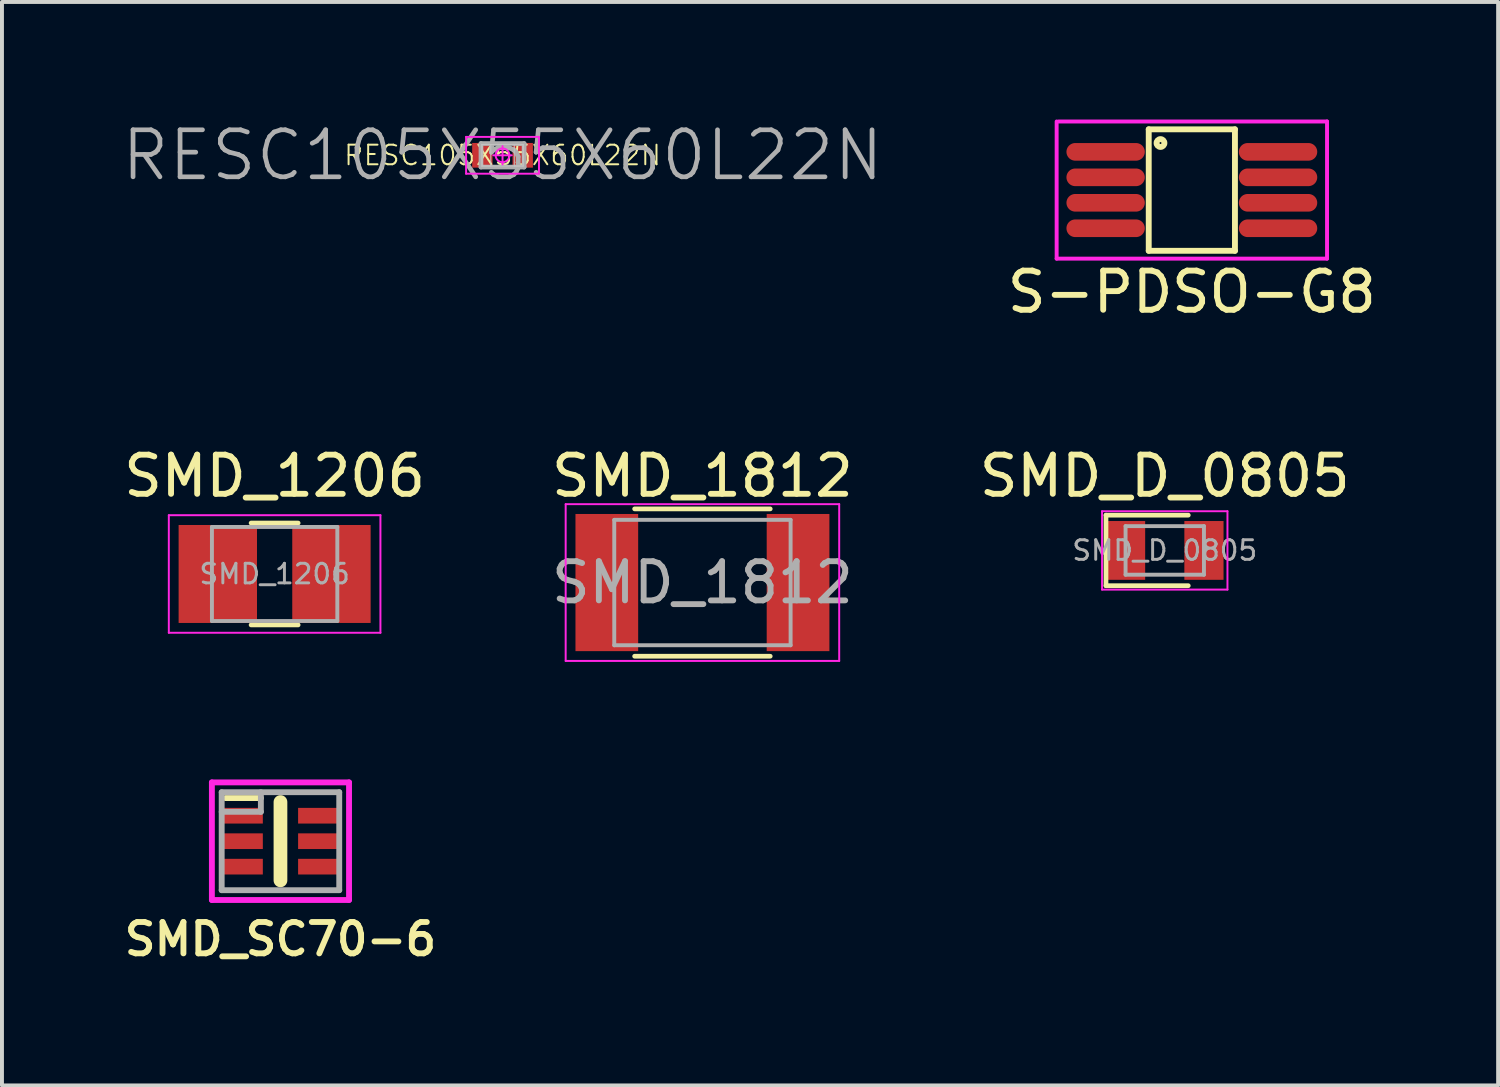
<source format=kicad_pcb>
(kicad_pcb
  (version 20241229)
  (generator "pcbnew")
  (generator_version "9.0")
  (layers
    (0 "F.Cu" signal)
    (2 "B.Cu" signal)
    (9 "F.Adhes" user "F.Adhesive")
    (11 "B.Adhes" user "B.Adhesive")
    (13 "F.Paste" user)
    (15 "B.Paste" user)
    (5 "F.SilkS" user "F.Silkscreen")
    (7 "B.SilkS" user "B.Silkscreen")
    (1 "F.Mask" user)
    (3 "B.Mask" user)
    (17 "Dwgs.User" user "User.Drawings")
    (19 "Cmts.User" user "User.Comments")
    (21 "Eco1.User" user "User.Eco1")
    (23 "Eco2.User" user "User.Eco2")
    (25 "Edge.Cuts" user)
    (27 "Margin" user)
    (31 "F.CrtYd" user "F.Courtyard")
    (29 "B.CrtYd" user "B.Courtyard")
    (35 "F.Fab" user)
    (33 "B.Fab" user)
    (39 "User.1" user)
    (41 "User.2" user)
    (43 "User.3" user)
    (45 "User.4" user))
  (footprint "RESC105X55X60L22N"
    (layer "F.Cu")
    (at 9.774 0.913)
    (property "Reference" "RESC105X55X60L22N" (at 0 0 0) (layer "F.Fab") (effects (font (size 1.2 1.2) (thickness 0.12))))
    (attr smd)
    (fp_line (start -0.525 -0.275) (end -0.3 -0.275) (stroke (width 0.025) (type solid)) (layer "Dwgs.User"))
    (fp_line (start -0.525 -0.275) (end 0.525 -0.275) (stroke (width 0.025) (type solid)) (layer "Dwgs.User"))
    (fp_line (start -0.525 0.275) (end -0.525 -0.275) (stroke (width 0.025) (type solid)) (layer "Dwgs.User"))
    (fp_line (start -0.525 0.275) (end -0.525 -0.275) (stroke (width 0.025) (type solid)) (layer "Dwgs.User"))
    (fp_line (start -0.3 -0.275) (end -0.3 0.275) (stroke (width 0.025) (type solid)) (layer "Dwgs.User"))
    (fp_line (start -0.3 0.275) (end -0.525 0.275) (stroke (width 0.025) (type solid)) (layer "Dwgs.User"))
    (fp_line (start 0.3 -0.275) (end 0.525 -0.275) (stroke (width 0.025) (type solid)) (layer "Dwgs.User"))
    (fp_line (start 0.3 0.275) (end 0.3 -0.275) (stroke (width 0.025) (type solid)) (layer "Dwgs.User"))
    (fp_line (start 0.525 -0.275) (end 0.525 0.275) (stroke (width 0.025) (type solid)) (layer "Dwgs.User"))
    (fp_line (start 0.525 -0.275) (end 0.525 0.275) (stroke (width 0.025) (type solid)) (layer "Dwgs.User"))
    (fp_line (start 0.525 0.275) (end -0.525 0.275) (stroke (width 0.025) (type solid)) (layer "Dwgs.User"))
    (fp_line (start 0.525 0.275) (end 0.3 0.275) (stroke (width 0.025) (type solid)) (layer "Dwgs.User"))
    (fp_line (start -0.93 -0.47) (end 0.93 -0.47) (stroke (width 0.05) (type solid)) (layer "F.CrtYd"))
    (fp_line (start -0.93 0.47) (end -0.93 -0.47) (stroke (width 0.05) (type solid)) (layer "F.CrtYd"))
    (fp_line (start 0 -0.235) (end 0 0.235) (stroke (width 0.05) (type solid)) (layer "F.CrtYd"))
    (fp_line (start 0.235 0) (end -0.235 0) (stroke (width 0.05) (type solid)) (layer "F.CrtYd"))
    (fp_line (start 0.93 -0.47) (end 0.93 0.47) (stroke (width 0.05) (type solid)) (layer "F.CrtYd"))
    (fp_line (start 0.93 0.47) (end -0.93 0.47) (stroke (width 0.05) (type solid)) (layer "F.CrtYd"))
    (fp_circle (center 0 0) (end 0 0.176) (stroke (width 0.05) (type solid)) (fill no) (layer "F.CrtYd"))
    (fp_line (start -0.55 -0.3) (end 0.55 -0.3) (stroke (width 0.12) (type solid)) (layer "F.Fab"))
    (fp_line (start -0.55 0.3) (end -0.55 -0.3) (stroke (width 0.12) (type solid)) (layer "F.Fab"))
    (fp_line (start 0.55 -0.3) (end 0.55 0.3) (stroke (width 0.12) (type solid)) (layer "F.Fab"))
    (fp_line (start 0.55 0.3) (end -0.55 0.3) (stroke (width 0.12) (type solid)) (layer "F.Fab"))
    (fp_text user "${REFERENCE}" (at 0 0 0) (layer "F.SilkS") (effects (font (size 0.5 0.5) (thickness 0.05))))
    (pad "1" smd rect (at -0.515 0) (size 0.52 0.63) (layers "F.Cu" "F.Mask" "F.Paste"))
    (pad "2" smd rect (at 0.515 0) (size 0.52 0.63) (layers "F.Cu" "F.Mask" "F.Paste")))
  (footprint "S-PDSO-G8"
    (layer "F.Cu")
    (at 27.364 1.8)
    (property "Reference" "S-PDSO-G8" (at 0 2.6 0) (layer "F.SilkS") (effects (font (size 1 1) (thickness 0.15))))
    (attr through_hole)
    (fp_line (start -1.1 -1.55) (end 1.1 -1.55) (stroke (width 0.15) (type solid)) (layer "F.SilkS"))
    (fp_line (start -1.1 1.55) (end -1.1 -1.55) (stroke (width 0.15) (type solid)) (layer "F.SilkS"))
    (fp_line (start 1.1 -1.55) (end 1.1 1.55) (stroke (width 0.15) (type solid)) (layer "F.SilkS"))
    (fp_line (start 1.1 1.55) (end -1.1 1.55) (stroke (width 0.15) (type solid)) (layer "F.SilkS"))
    (fp_circle (center -0.8 -1.2) (end -0.8 -1.1) (stroke (width 0.15) (type solid)) (fill no) (layer "F.SilkS"))
    (fp_line (start -3.45 1.75) (end -3.45 -1.75) (stroke (width 0.1) (type solid)) (layer "F.CrtYd"))
    (fp_line (start -3.4 -1.75) (end 3.45 -1.75) (stroke (width 0.1) (type solid)) (layer "F.CrtYd"))
    (fp_line (start 3.45 -1.75) (end 3.45 1.75) (stroke (width 0.1) (type solid)) (layer "F.CrtYd"))
    (fp_line (start 3.45 1.75) (end -3.45 1.75) (stroke (width 0.1) (type solid)) (layer "F.CrtYd"))
    (pad "1" smd oval (at -2.2 -0.975) (size 2 0.45) (layers "F.Cu" "F.Mask" "F.Paste"))
    (pad "2" smd oval (at -2.2 -0.325) (size 2 0.45) (layers "F.Cu" "F.Mask" "F.Paste"))
    (pad "3" smd oval (at -2.2 0.325) (size 2 0.45) (layers "F.Cu" "F.Mask" "F.Paste"))
    (pad "4" smd oval (at -2.2 0.975) (size 2 0.45) (layers "F.Cu" "F.Mask" "F.Paste"))
    (pad "5" smd oval (at 2.2 0.975) (size 2 0.45) (layers "F.Cu" "F.Mask" "F.Paste"))
    (pad "6" smd oval (at 2.2 0.325) (size 2 0.45) (layers "F.Cu" "F.Mask" "F.Paste"))
    (pad "7" smd oval (at 2.2 -0.325) (size 2 0.45) (layers "F.Cu" "F.Mask" "F.Paste"))
    (pad "8" smd oval (at 2.2 -0.975) (size 2 0.45) (layers "F.Cu" "F.Mask" "F.Paste")))
  (footprint "SMD_SC70-6"
    (layer "F.Cu")
    (at 4.107 18.416)
    (property "Reference" "SMD_SC70-6" (at 0 2.5 0) (layer "F.SilkS") (effects (font (size 0.8 0.8) (thickness 0.15))))
    (attr smd)
    (fp_line (start -1.4 -1.1) (end -0.5 -1.1) (stroke (width 0.15) (type solid)) (layer "F.SilkS"))
    (fp_line (start 0 -1) (end 0 1) (stroke (width 0.35) (type solid)) (layer "F.SilkS"))
    (fp_line (start -1.75 -1.5) (end 1.75 -1.5) (stroke (width 0.15) (type solid)) (layer "F.CrtYd"))
    (fp_line (start -1.75 1.5) (end -1.75 -1.5) (stroke (width 0.15) (type solid)) (layer "F.CrtYd"))
    (fp_line (start 1.75 -1.5) (end 1.75 1.5) (stroke (width 0.15) (type solid)) (layer "F.CrtYd"))
    (fp_line (start 1.75 1.5) (end -1.75 1.5) (stroke (width 0.15) (type solid)) (layer "F.CrtYd"))
    (fp_line (start -1.5 -1.25) (end -1.5 1.25) (stroke (width 0.15) (type solid)) (layer "F.Fab"))
    (fp_line (start -1.5 1.25) (end 1.5 1.25) (stroke (width 0.15) (type solid)) (layer "F.Fab"))
    (fp_line (start -0.5 -1.25) (end -0.5 -0.75) (stroke (width 0.15) (type solid)) (layer "F.Fab"))
    (fp_line (start -0.5 -0.75) (end -1.5 -0.75) (stroke (width 0.15) (type solid)) (layer "F.Fab"))
    (fp_line (start 1.5 -1.25) (end -1.5 -1.25) (stroke (width 0.15) (type solid)) (layer "F.Fab"))
    (fp_line (start 1.5 1.25) (end 1.5 -1.25) (stroke (width 0.15) (type solid)) (layer "F.Fab"))
    (pad "1" smd rect (at -0.95 -0.65 180) (size 1 0.4) (layers "F.Cu" "F.Mask" "F.Paste"))
    (pad "2" smd rect (at -0.95 0 180) (size 1 0.4) (layers "F.Cu" "F.Mask" "F.Paste"))
    (pad "3" smd rect (at -0.95 0.65 180) (size 1 0.4) (layers "F.Cu" "F.Mask" "F.Paste"))
    (pad "4" smd rect (at 0.95 0.65 180) (size 1 0.4) (layers "F.Cu" "F.Mask" "F.Paste"))
    (pad "5" smd rect (at 0.95 0 180) (size 1 0.4) (layers "F.Cu" "F.Mask" "F.Paste"))
    (pad "6" smd rect (at 0.95 -0.65 180) (size 1 0.4) (layers "F.Cu" "F.Mask" "F.Paste")))
  (footprint "SMD_D_0805"
    (placed yes)
    (layer "F.Cu")
    (at 26.673 10.996)
    (property "Reference" "SMD_D_0805" (at 0 -1.9 0) (layer "F.SilkS") (effects (font (size 1 1) (thickness 0.15))))
    (attr smd)
    (fp_line (start -1.5 -0.9) (end 0.6 -0.9) (stroke (width 0.12) (type solid)) (layer "F.SilkS"))
    (fp_line (start -1.5 0.9) (end -1.5 -0.9) (stroke (width 0.12) (type solid)) (layer "F.SilkS"))
    (fp_line (start 0.6 0.9) (end -1.5 0.9) (stroke (width 0.12) (type solid)) (layer "F.SilkS"))
    (fp_line (start -1.6 -1) (end -1.6 1) (stroke (width 0.05) (type solid)) (layer "F.CrtYd"))
    (fp_line (start -1.6 -1) (end 1.6 -1) (stroke (width 0.05) (type solid)) (layer "F.CrtYd"))
    (fp_line (start 1.6 1) (end -1.6 1) (stroke (width 0.05) (type solid)) (layer "F.CrtYd"))
    (fp_line (start 1.6 1) (end 1.6 -1) (stroke (width 0.05) (type solid)) (layer "F.CrtYd"))
    (fp_line (start -1 -0.62) (end 1 -0.62) (stroke (width 0.1) (type solid)) (layer "F.Fab"))
    (fp_line (start -1 0.62) (end -1 -0.62) (stroke (width 0.1) (type solid)) (layer "F.Fab"))
    (fp_line (start 1 -0.62) (end 1 0.62) (stroke (width 0.1) (type solid)) (layer "F.Fab"))
    (fp_line (start 1 0.62) (end -1 0.62) (stroke (width 0.1) (type solid)) (layer "F.Fab"))
    (fp_text user "${REFERENCE}" (at 0 0 0) (layer "F.Fab") (effects (font (size 0.5 0.5) (thickness 0.075))))
    (pad "1" smd rect (at -1 0) (size 1 1.5) (layers "F.Cu" "F.Mask"))
    (pad "2" smd rect (at 1 0) (size 1 1.5) (layers "F.Cu" "F.Mask")))
  (footprint "SMD_1812"
    (layer "F.Cu")
    (at 14.875 11.816)
    (property "Reference" "SMD_1812" (at 0 -2.72 0) (layer "F.SilkS") (effects (font (size 1 1) (thickness 0.15))))
    (attr smd)
    (fp_line (start -1.73 -1.88) (end 1.73 -1.88) (stroke (width 0.12) (type solid)) (layer "F.SilkS"))
    (fp_line (start -1.73 1.88) (end 1.73 1.88) (stroke (width 0.12) (type solid)) (layer "F.SilkS"))
    (fp_line (start -3.49 -2) (end -3.49 2) (stroke (width 0.05) (type solid)) (layer "F.CrtYd"))
    (fp_line (start -3.49 -2) (end 3.49 -2) (stroke (width 0.05) (type solid)) (layer "F.CrtYd"))
    (fp_line (start 3.49 2) (end -3.49 2) (stroke (width 0.05) (type solid)) (layer "F.CrtYd"))
    (fp_line (start 3.49 2) (end 3.49 -2) (stroke (width 0.05) (type solid)) (layer "F.CrtYd"))
    (fp_line (start -2.25 -1.6) (end 2.25 -1.6) (stroke (width 0.1) (type solid)) (layer "F.Fab"))
    (fp_line (start -2.25 1.6) (end -2.25 -1.6) (stroke (width 0.1) (type solid)) (layer "F.Fab"))
    (fp_line (start 2.25 -1.6) (end 2.25 1.6) (stroke (width 0.1) (type solid)) (layer "F.Fab"))
    (fp_line (start 2.25 1.6) (end -2.25 1.6) (stroke (width 0.1) (type solid)) (layer "F.Fab"))
    (fp_text user "${REFERENCE}" (at 0 0 0) (layer "F.Fab") (effects (font (size 1 1) (thickness 0.15))))
    (pad "1" smd rect (at -2.44 0) (size 1.6 3.5) (layers "F.Cu" "F.Mask" "F.Paste"))
    (pad "2" smd rect (at 2.44 0) (size 1.6 3.5) (layers "F.Cu" "F.Mask" "F.Paste")))
  (footprint "SMD_1206"
    (placed yes)
    (layer "F.Cu")
    (at 3.958 11.597)
    (property "Reference" "SMD_1206" (at 0 -2.5 0) (layer "F.SilkS") (effects (font (size 1 1) (thickness 0.15))))
    (attr smd)
    (fp_line (start -0.6 -1.3) (end 0.6 -1.3) (stroke (width 0.12) (type solid)) (layer "F.SilkS"))
    (fp_line (start 0.6 1.3) (end -0.6 1.3) (stroke (width 0.12) (type solid)) (layer "F.SilkS"))
    (fp_line (start -2.7 -1.5) (end -2.7 1.5) (stroke (width 0.05) (type solid)) (layer "F.CrtYd"))
    (fp_line (start -2.7 -1.5) (end 2.7 -1.5) (stroke (width 0.05) (type solid)) (layer "F.CrtYd"))
    (fp_line (start 2.7 1.5) (end -2.7 1.5) (stroke (width 0.05) (type solid)) (layer "F.CrtYd"))
    (fp_line (start 2.7 1.5) (end 2.7 -1.5) (stroke (width 0.05) (type solid)) (layer "F.CrtYd"))
    (fp_line (start -1.6 -1.2) (end 1.6 -1.2) (stroke (width 0.1) (type solid)) (layer "F.Fab"))
    (fp_line (start -1.6 1.2) (end -1.6 -1.2) (stroke (width 0.1) (type solid)) (layer "F.Fab"))
    (fp_line (start 1.6 -1.2) (end 1.6 1.2) (stroke (width 0.1) (type solid)) (layer "F.Fab"))
    (fp_line (start 1.6 1.2) (end -1.6 1.2) (stroke (width 0.1) (type solid)) (layer "F.Fab"))
    (fp_text user "${REFERENCE}" (at 0 0 0) (layer "F.Fab") (effects (font (size 0.5 0.5) (thickness 0.075))))
    (pad "1" smd rect (at -1.45 0) (size 2 2.5) (layers "F.Cu" "F.Mask"))
    (pad "2" smd rect (at 1.45 0) (size 2 2.5) (layers "F.Cu" "F.Mask")))
  (gr_rect
    (start -3 -3)
    (end 35.18 24.648)
    (stroke (width 0.1) (type default))
    (fill no)
    (layer "Edge.Cuts")))
</source>
